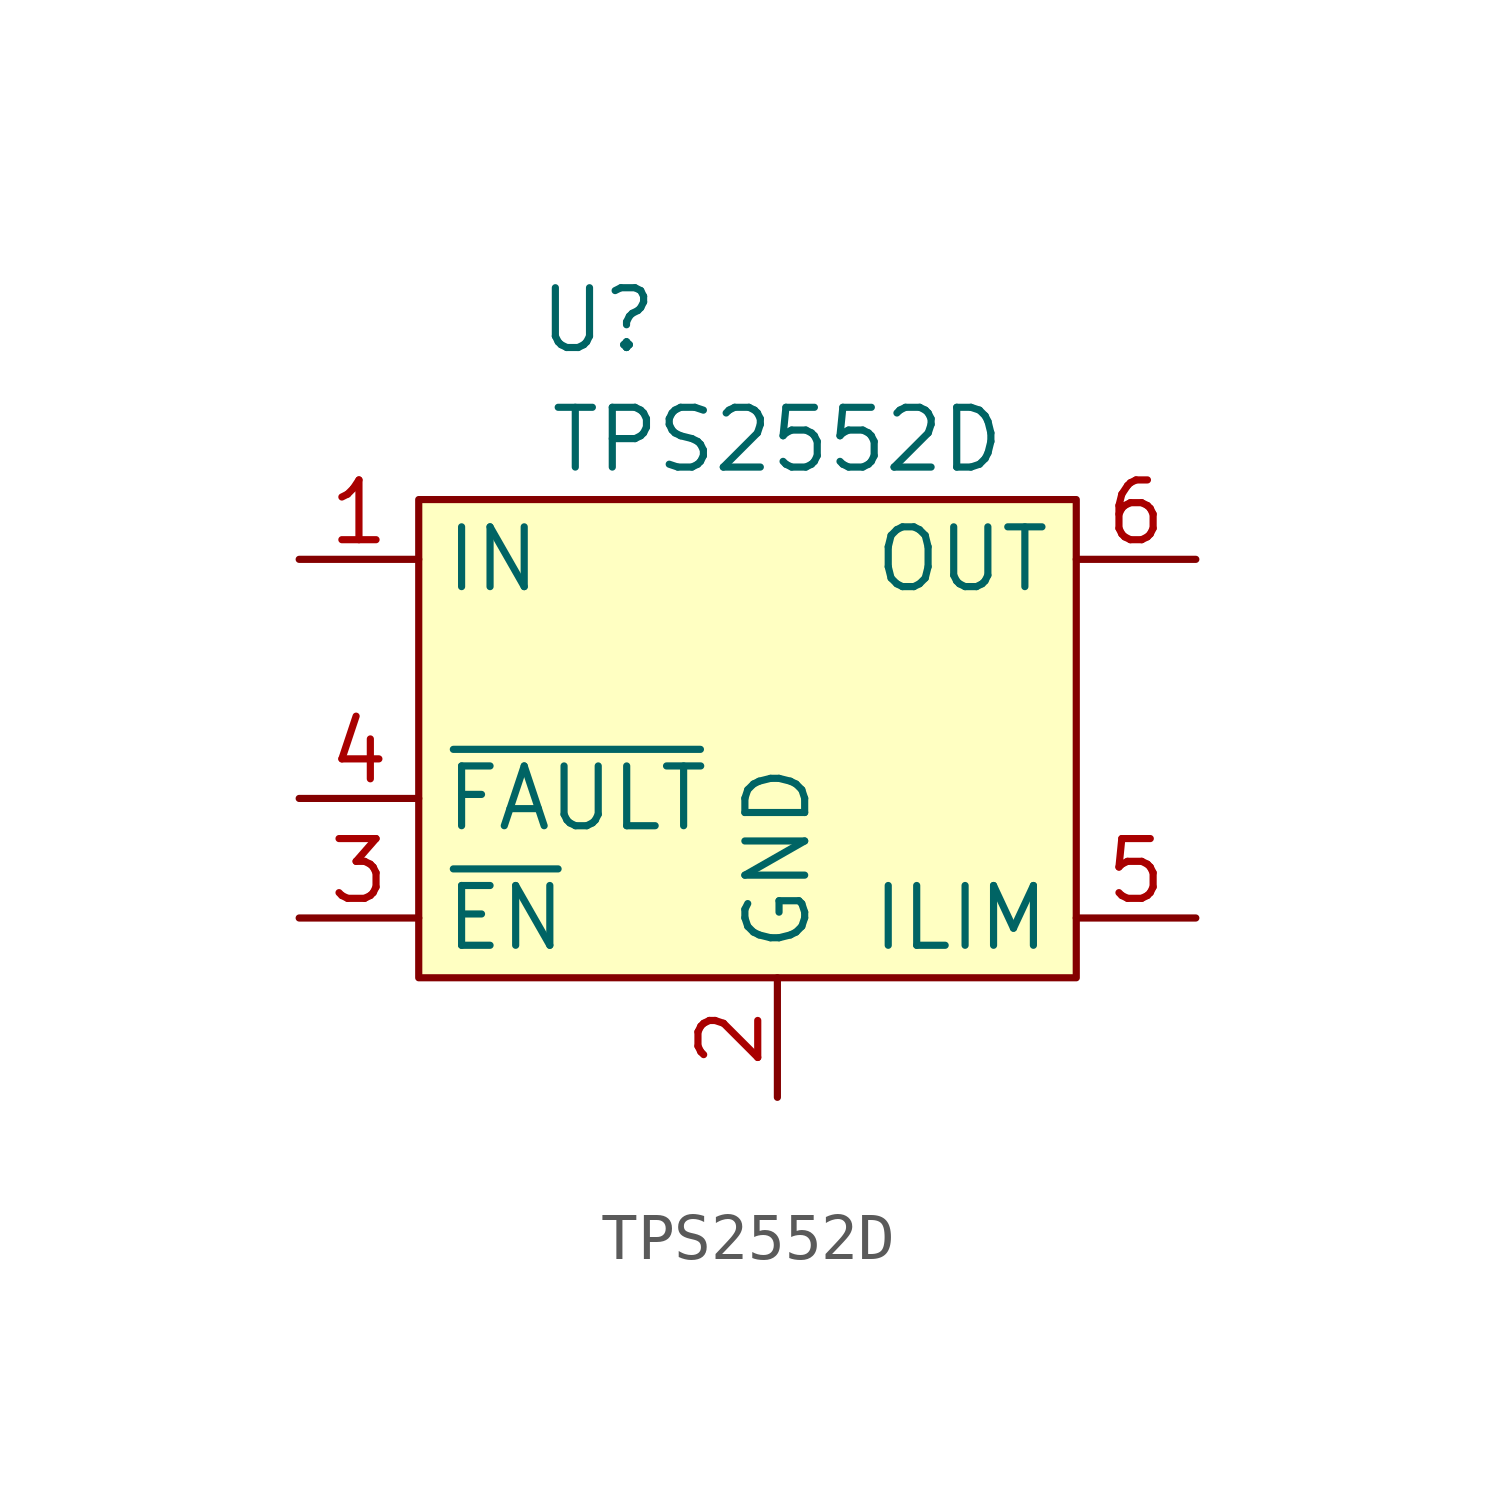
<source format=kicad_sym>
(kicad_symbol_lib
  (version 20220914)
  (generator kicad_symbol_editor)
  (symbol "TPS2552D"
    (property "Reference" "U"
      (at -3.81 8.89 0)
      (effects (font (size 1.27 1.27))))
    (property "Value" "TPS2552D"
      (at 0 6.35 0)
      (effects (font (size 1.27 1.27))))
    (symbol "TPS2552D_0_0"
      (pin power_in line (at -10.16 3.81 0) (length 2.54) (name "IN" (effects (font (size 1.27 1.27)))) (number "1" (effects (font (size 1.27 1.27)))))
      (pin passive line (at 0 -7.62 90) (length 2.54) (name "GND" (effects (font (size 1.27 1.27)))) (number "2" (effects (font (size 1.27 1.27)))))
      (pin input line (at -10.16 -3.81 0) (length 2.54) (name "~{EN}" (effects (font (size 1.27 1.27)))) (number "3" (effects (font (size 1.27 1.27)))))
      (pin open_collector line (at -10.16 -1.27 0) (length 2.54) (name "~{FAULT}" (effects (font (size 1.27 1.27)))) (number "4" (effects (font (size 1.27 1.27)))))
      (pin passive line (at 8.89 -3.81 180) (length 2.54) (name "ILIM" (effects (font (size 1.27 1.27)))) (number "5" (effects (font (size 1.27 1.27)))))
      (pin power_out line (at 8.89 3.81 180) (length 2.54) (name "OUT" (effects (font (size 1.27 1.27)))) (number "6" (effects (font (size 1.27 1.27))))))
    (symbol "TPS2552D_1_1"
      (rectangle (start -7.62 5.08) (end 6.35 -5.08) (stroke (width 0) (type default)) (fill (type background))))))
</source>
